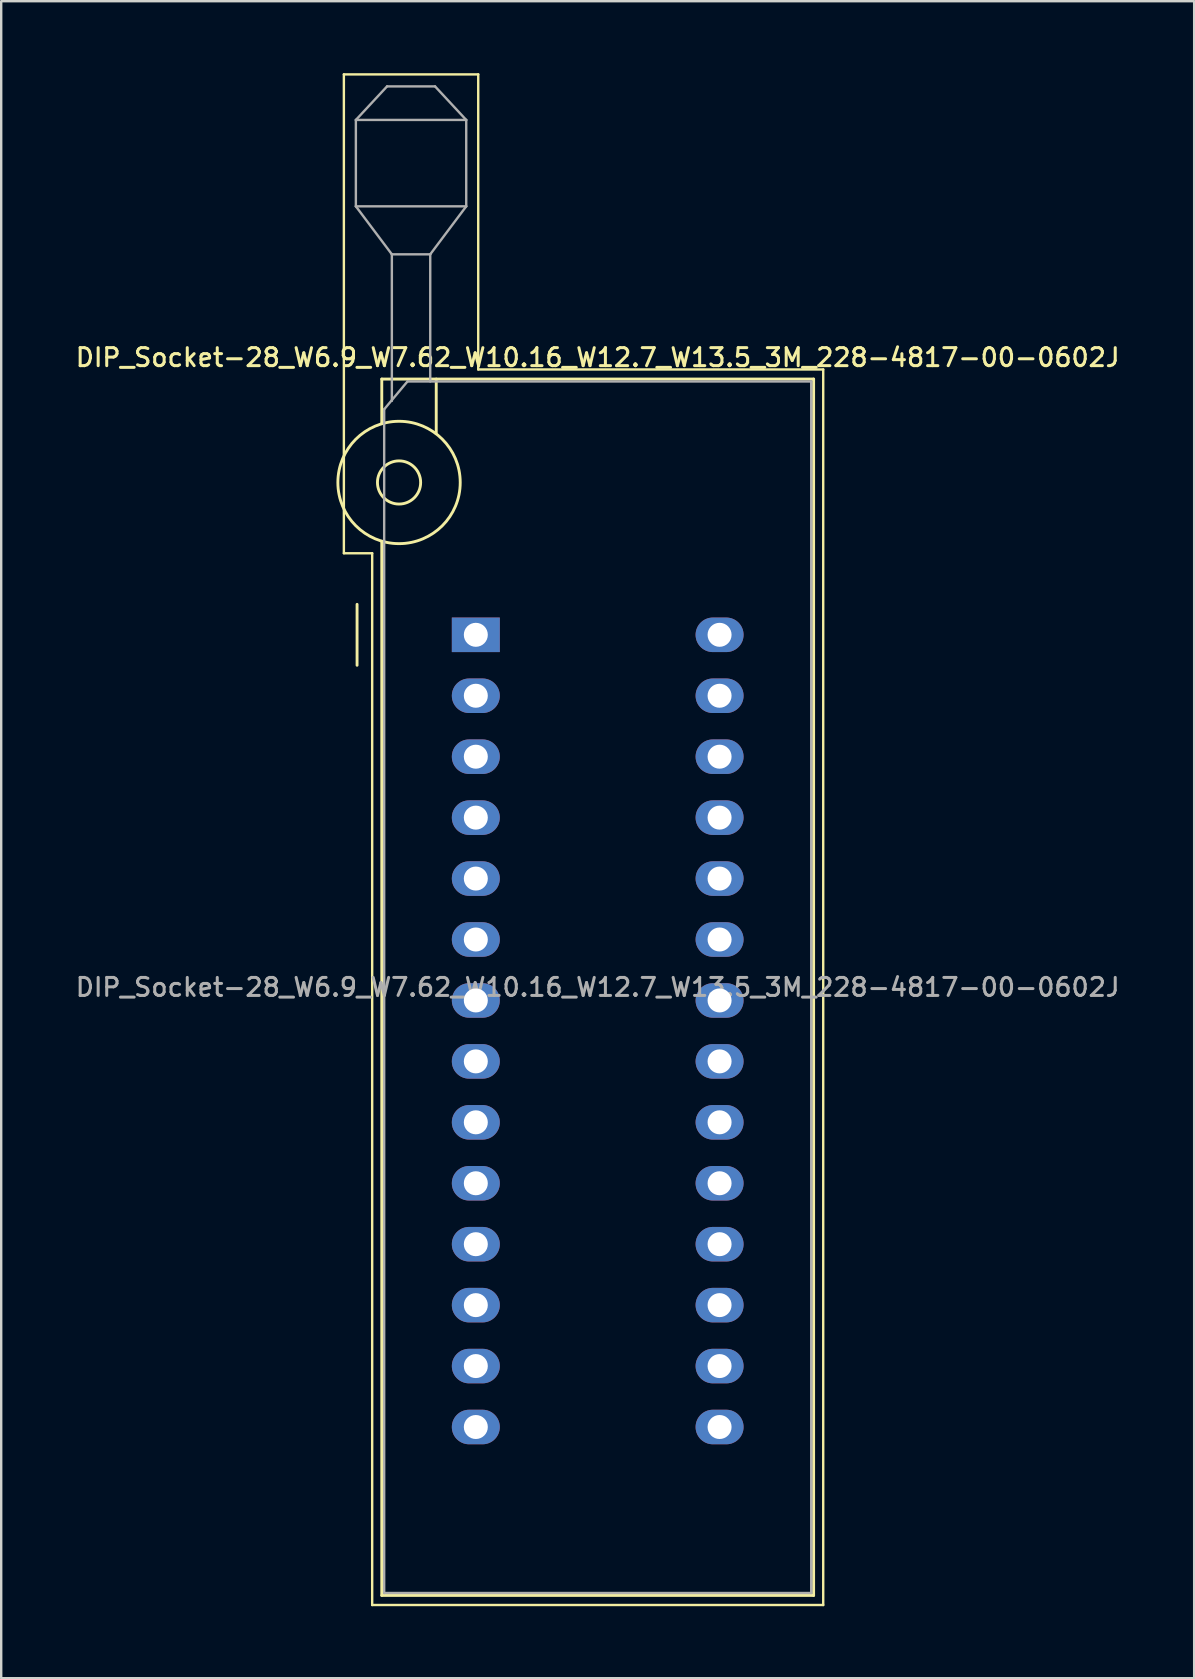
<source format=kicad_pcb>
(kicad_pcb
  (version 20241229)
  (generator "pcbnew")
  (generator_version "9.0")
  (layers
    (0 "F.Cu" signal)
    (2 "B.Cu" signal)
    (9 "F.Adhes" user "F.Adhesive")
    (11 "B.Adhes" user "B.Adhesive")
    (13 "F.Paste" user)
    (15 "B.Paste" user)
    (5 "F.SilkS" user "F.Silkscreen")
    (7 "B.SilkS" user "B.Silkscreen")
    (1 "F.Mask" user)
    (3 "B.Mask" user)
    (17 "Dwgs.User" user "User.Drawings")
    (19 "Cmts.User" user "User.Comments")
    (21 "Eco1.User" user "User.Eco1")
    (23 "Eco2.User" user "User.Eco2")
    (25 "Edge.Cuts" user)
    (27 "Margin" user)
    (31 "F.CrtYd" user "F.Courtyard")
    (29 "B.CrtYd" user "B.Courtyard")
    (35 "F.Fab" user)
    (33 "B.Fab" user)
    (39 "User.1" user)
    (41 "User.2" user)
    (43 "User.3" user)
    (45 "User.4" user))
  (footprint "DIP_Socket-28_W6.9_W7.62_W10.16_W12.7_W13.5_3M_228-4817-00-0602J"
    (layer "F.Cu")
    (at 16.783 23.41)
    (property "Reference" "DIP_Socket-28_W6.9_W7.62_W10.16_W12.7_W13.5_3M_228-4817-00-0602J" (at 5.08 -11.56 0) (layer "F.SilkS") (effects (font (size 0.75 0.75) (thickness 0.125))))
    (attr through_hole)
    (fp_line (start -5.5 -23.36) (end 0.1 -23.36) (stroke (width 0.1) (type solid)) (layer "F.SilkS"))
    (fp_line (start -5.5 -3.4) (end -5.5 -23.36) (stroke (width 0.1) (type solid)) (layer "F.SilkS"))
    (fp_line (start -4.95 1.27) (end -4.95 -1.27) (stroke (width 0.12) (type solid)) (layer "F.SilkS"))
    (fp_line (start -4.32 -3.4) (end -5.5 -3.4) (stroke (width 0.1) (type solid)) (layer "F.SilkS"))
    (fp_line (start -4.32 40.44) (end -4.32 -3.4) (stroke (width 0.1) (type solid)) (layer "F.SilkS"))
    (fp_line (start -3.92 -10.66) (end -3.92 -8.8) (stroke (width 0.12) (type solid)) (layer "F.SilkS"))
    (fp_line (start -3.92 -3.9) (end -3.92 40.04) (stroke (width 0.12) (type solid)) (layer "F.SilkS"))
    (fp_line (start -3.92 40.04) (end 14.08 40.04) (stroke (width 0.12) (type solid)) (layer "F.SilkS"))
    (fp_line (start -1.65 -10.66) (end -1.65 -8.4) (stroke (width 0.12) (type solid)) (layer "F.SilkS"))
    (fp_line (start 0.1 -23.36) (end 0.1 -11.06) (stroke (width 0.1) (type solid)) (layer "F.SilkS"))
    (fp_line (start 0.1 -11.06) (end 14.48 -11.06) (stroke (width 0.1) (type solid)) (layer "F.SilkS"))
    (fp_line (start 14.08 -10.66) (end -3.92 -10.66) (stroke (width 0.12) (type solid)) (layer "F.SilkS"))
    (fp_line (start 14.08 40.04) (end 14.08 -10.66) (stroke (width 0.12) (type solid)) (layer "F.SilkS"))
    (fp_line (start 14.48 -11.06) (end 14.48 40.44) (stroke (width 0.1) (type solid)) (layer "F.SilkS"))
    (fp_line (start 14.48 40.44) (end -4.32 40.44) (stroke (width 0.1) (type solid)) (layer "F.SilkS"))
    (fp_circle (center -3.2 -6.35) (end -2.3 -6.35) (stroke (width 0.12) (type solid)) (fill no) (layer "F.SilkS"))
    (fp_circle (center -3.2 -6.35) (end -0.65 -6.35) (stroke (width 0.12) (type solid)) (fill no) (layer "F.SilkS"))
    (fp_line (start -5 -21.46) (end -5 -17.86) (stroke (width 0.1) (type solid)) (layer "F.Fab"))
    (fp_line (start -5 -21.46) (end -3.7 -22.86) (stroke (width 0.1) (type solid)) (layer "F.Fab"))
    (fp_line (start -5 -17.86) (end -3.5 -15.86) (stroke (width 0.1) (type solid)) (layer "F.Fab"))
    (fp_line (start -5 -17.86) (end -0.4 -17.86) (stroke (width 0.1) (type solid)) (layer "F.Fab"))
    (fp_line (start -3.82 -9.4) (end -2.85 -10.56) (stroke (width 0.1) (type solid)) (layer "F.Fab"))
    (fp_line (start -3.82 39.94) (end -3.82 -9.4) (stroke (width 0.1) (type solid)) (layer "F.Fab"))
    (fp_line (start -3.7 -22.86) (end -1.7 -22.86) (stroke (width 0.1) (type solid)) (layer "F.Fab"))
    (fp_line (start -3.5 -15.86) (end -1.9 -15.86) (stroke (width 0.1) (type solid)) (layer "F.Fab"))
    (fp_line (start -3.5 -9.75) (end -3.5 -15.86) (stroke (width 0.1) (type solid)) (layer "F.Fab"))
    (fp_line (start -2.85 -10.56) (end 13.98 -10.56) (stroke (width 0.1) (type solid)) (layer "F.Fab"))
    (fp_line (start -1.9 -15.86) (end -1.9 -10.56) (stroke (width 0.1) (type solid)) (layer "F.Fab"))
    (fp_line (start -1.7 -22.86) (end -0.4 -21.46) (stroke (width 0.1) (type solid)) (layer "F.Fab"))
    (fp_line (start -0.4 -21.46) (end -5 -21.46) (stroke (width 0.1) (type solid)) (layer "F.Fab"))
    (fp_line (start -0.4 -17.86) (end -1.9 -15.86) (stroke (width 0.1) (type solid)) (layer "F.Fab"))
    (fp_line (start -0.4 -17.86) (end -0.4 -21.46) (stroke (width 0.1) (type solid)) (layer "F.Fab"))
    (fp_line (start 13.98 -10.56) (end 13.98 39.94) (stroke (width 0.1) (type solid)) (layer "F.Fab"))
    (fp_line (start 13.98 39.94) (end -3.82 39.94) (stroke (width 0.1) (type solid)) (layer "F.Fab"))
    (fp_text user "${REFERENCE}" (at 5.08 14.69 0) (layer "F.Fab") (effects (font (size 0.75 0.75) (thickness 0.125))))
    (pad "1" thru_hole rect (at 0 0) (size 2 1.44) (drill 1) (layers "*.Cu" "*.Mask"))
    (pad "2" thru_hole oval (at 0 2.54) (size 2 1.44) (drill 1) (layers "*.Cu" "*.Mask"))
    (pad "3" thru_hole oval (at 0 5.08) (size 2 1.44) (drill 1) (layers "*.Cu" "*.Mask"))
    (pad "4" thru_hole oval (at 0 7.62) (size 2 1.44) (drill 1) (layers "*.Cu" "*.Mask"))
    (pad "5" thru_hole oval (at 0 10.16) (size 2 1.44) (drill 1) (layers "*.Cu" "*.Mask"))
    (pad "6" thru_hole oval (at 0 12.7) (size 2 1.44) (drill 1) (layers "*.Cu" "*.Mask"))
    (pad "7" thru_hole oval (at 0 15.24) (size 2 1.44) (drill 1) (layers "*.Cu" "*.Mask"))
    (pad "8" thru_hole oval (at 0 17.78) (size 2 1.44) (drill 1) (layers "*.Cu" "*.Mask"))
    (pad "9" thru_hole oval (at 0 20.32) (size 2 1.44) (drill 1) (layers "*.Cu" "*.Mask"))
    (pad "10" thru_hole oval (at 0 22.86) (size 2 1.44) (drill 1) (layers "*.Cu" "*.Mask"))
    (pad "11" thru_hole oval (at 0 25.4) (size 2 1.44) (drill 1) (layers "*.Cu" "*.Mask"))
    (pad "12" thru_hole oval (at 0 27.94) (size 2 1.44) (drill 1) (layers "*.Cu" "*.Mask"))
    (pad "13" thru_hole oval (at 0 30.48) (size 2 1.44) (drill 1) (layers "*.Cu" "*.Mask"))
    (pad "14" thru_hole oval (at 0 33.02) (size 2 1.44) (drill 1) (layers "*.Cu" "*.Mask"))
    (pad "15" thru_hole oval (at 10.16 33.02) (size 2 1.44) (drill 1) (layers "*.Cu" "*.Mask"))
    (pad "16" thru_hole oval (at 10.16 30.48) (size 2 1.44) (drill 1) (layers "*.Cu" "*.Mask"))
    (pad "17" thru_hole oval (at 10.16 27.94) (size 2 1.44) (drill 1) (layers "*.Cu" "*.Mask"))
    (pad "18" thru_hole oval (at 10.16 25.4) (size 2 1.44) (drill 1) (layers "*.Cu" "*.Mask"))
    (pad "19" thru_hole oval (at 10.16 22.86) (size 2 1.44) (drill 1) (layers "*.Cu" "*.Mask"))
    (pad "20" thru_hole oval (at 10.16 20.32) (size 2 1.44) (drill 1) (layers "*.Cu" "*.Mask"))
    (pad "21" thru_hole oval (at 10.16 17.78) (size 2 1.44) (drill 1) (layers "*.Cu" "*.Mask"))
    (pad "22" thru_hole oval (at 10.16 15.24) (size 2 1.44) (drill 1) (layers "*.Cu" "*.Mask"))
    (pad "23" thru_hole oval (at 10.16 12.7) (size 2 1.44) (drill 1) (layers "*.Cu" "*.Mask"))
    (pad "24" thru_hole oval (at 10.16 10.16) (size 2 1.44) (drill 1) (layers "*.Cu" "*.Mask"))
    (pad "25" thru_hole oval (at 10.16 7.62) (size 2 1.44) (drill 1) (layers "*.Cu" "*.Mask"))
    (pad "26" thru_hole oval (at 10.16 5.08) (size 2 1.44) (drill 1) (layers "*.Cu" "*.Mask"))
    (pad "27" thru_hole oval (at 10.16 2.54) (size 2 1.44) (drill 1) (layers "*.Cu" "*.Mask"))
    (pad "28" thru_hole oval (at 10.16 0) (size 2 1.44) (drill 1) (layers "*.Cu" "*.Mask")))
  (gr_rect
    (start -3 -3)
    (end 46.725 66.9)
    (stroke (width 0.1) (type default))
    (fill no)
    (layer "Edge.Cuts")))
</source>
